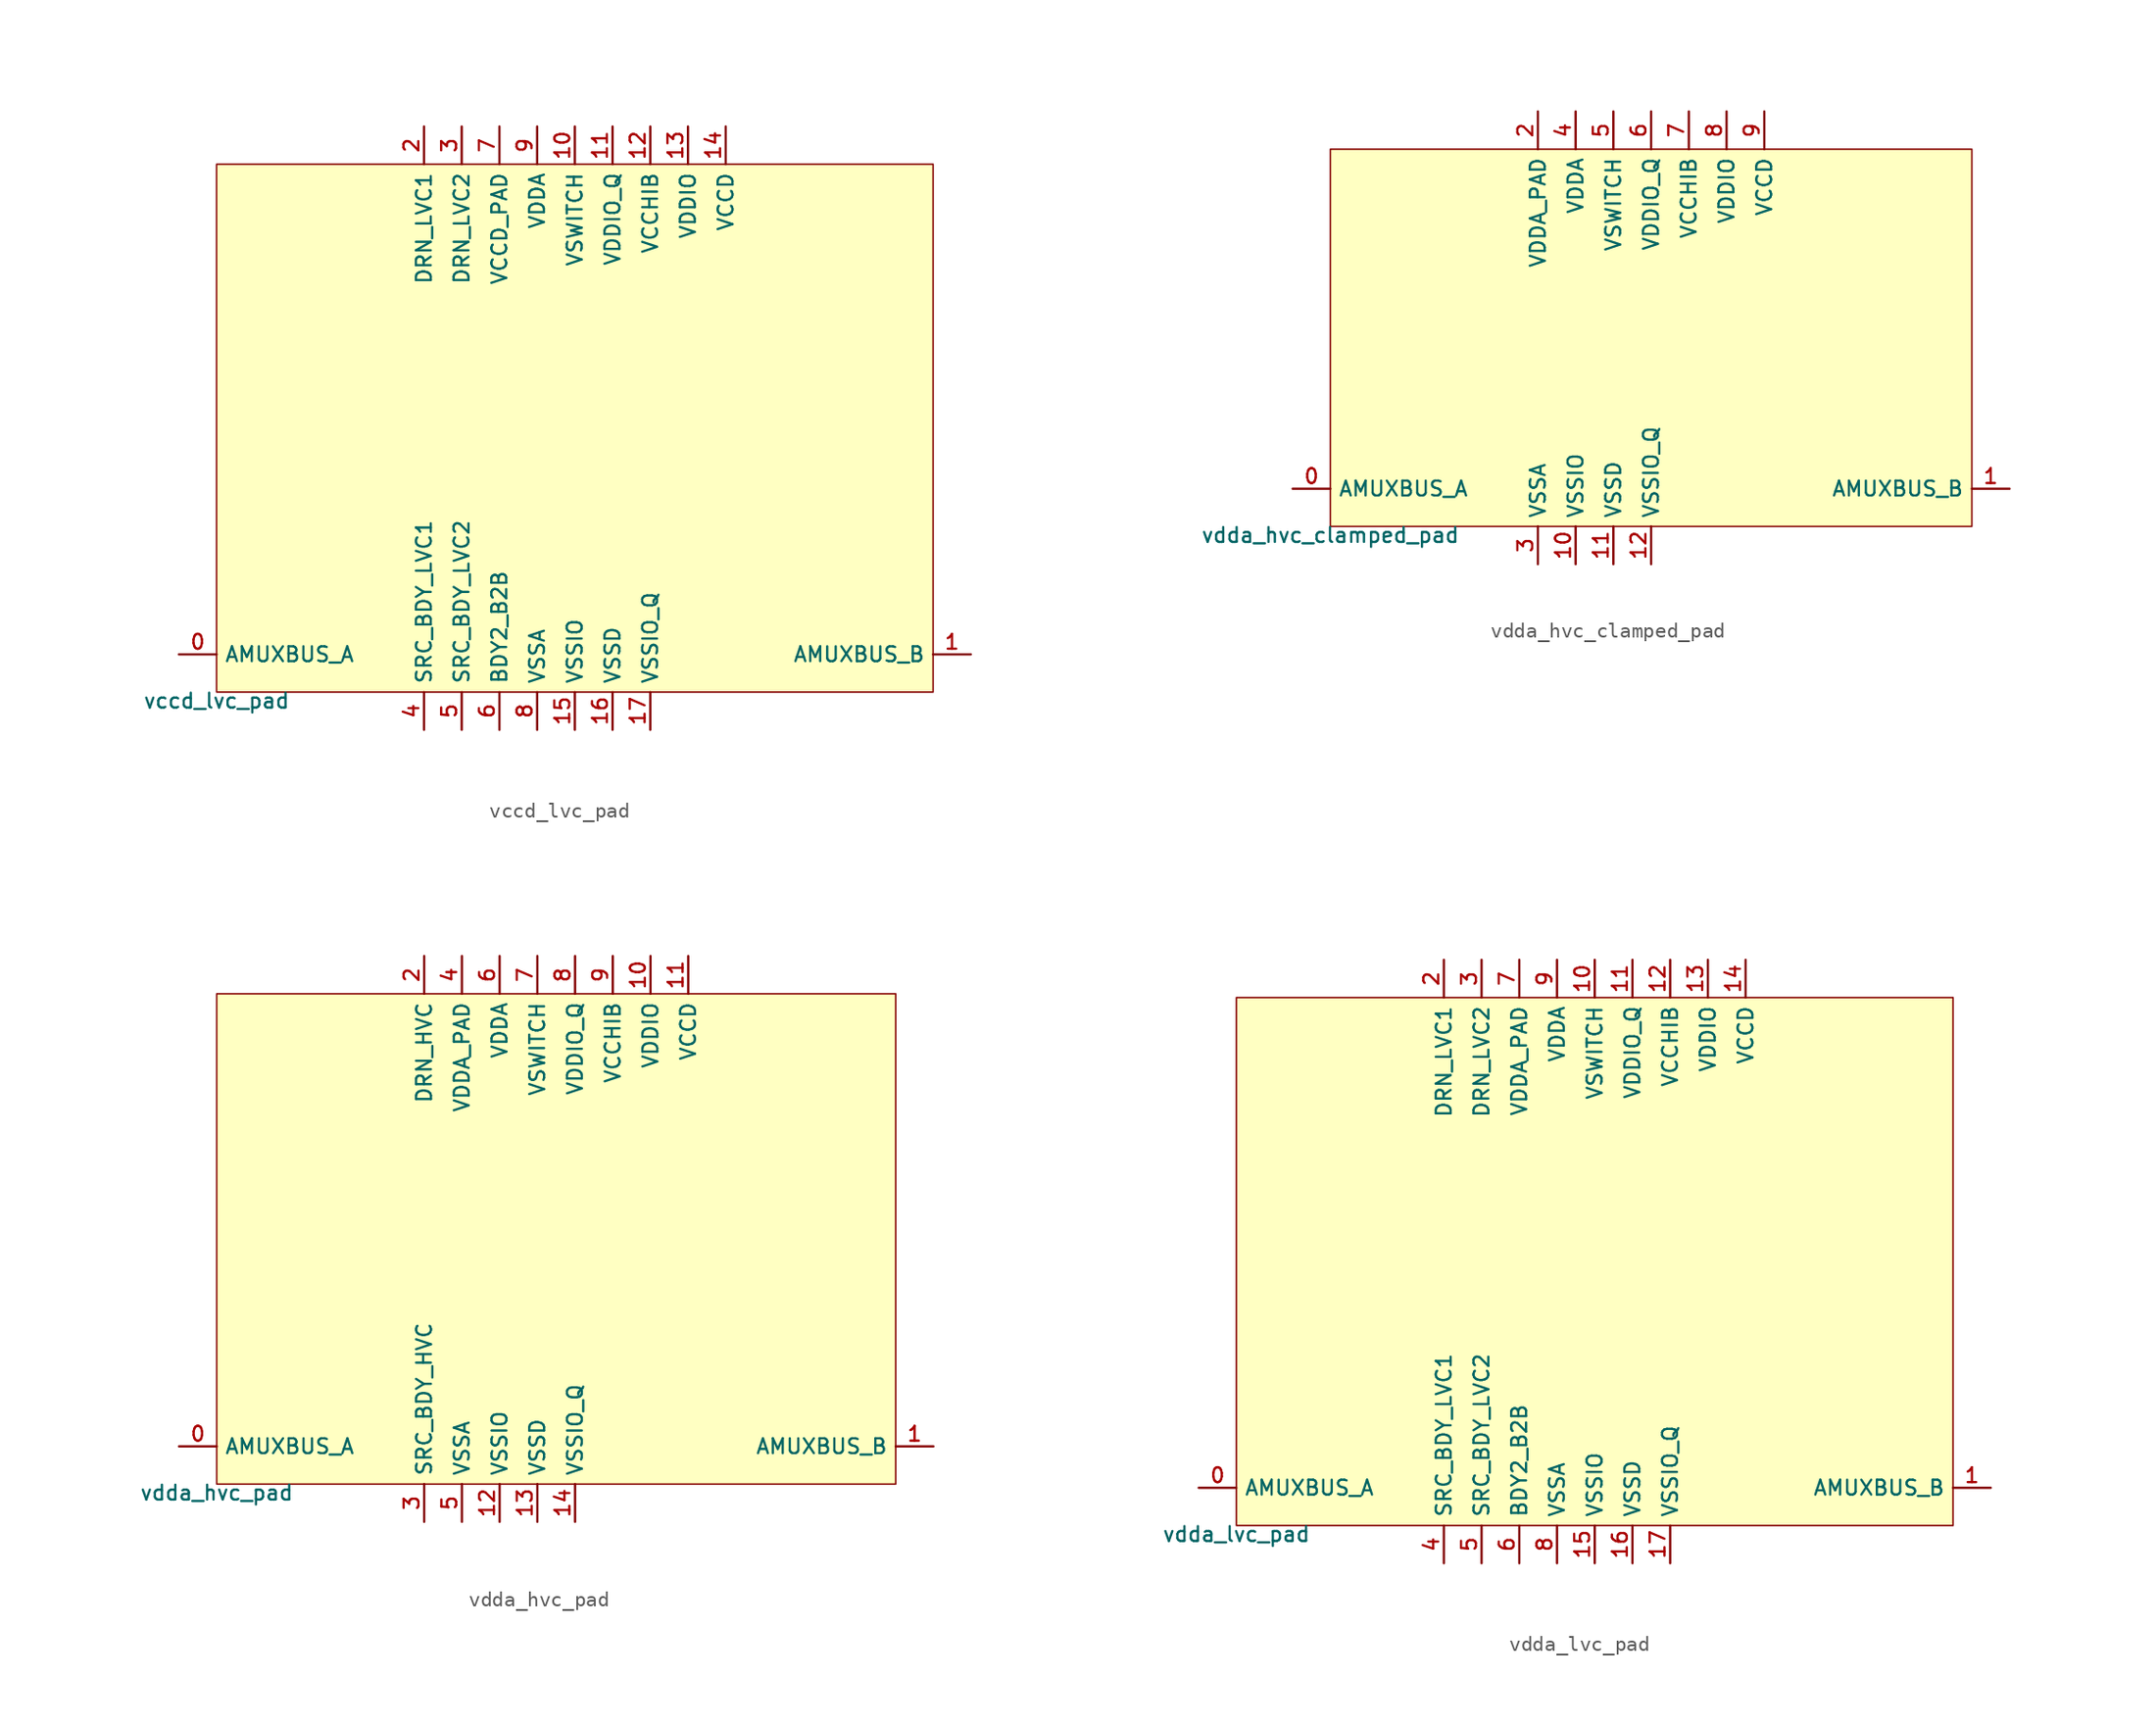
<source format=kicad_sym>
(kicad_symbol_lib
  (version 20211014)
  (generator pdk2kicad)
  (symbol "vccd_lvc_pad"
    (property "Reference" "X"
      (at 0 0 0)
      (effects (font (size 1 1)) hide))
    (property "Value" "vccd_lvc_pad"
      (at -24.13 -17.78 0)
      (effects (font (size 1 1)) (justify top)))
    (rectangle
      (start -24.13 -17.78)
      (end 24.13 17.78)
      (stroke (width 0.1) (type solid) (color 0 0 0 0))
      (fill (type background)))
    (pin bidirectional line
      (at -26.67 -15.24 0)
      (length 2.54)
      (name "AMUXBUS_A" (effects (font (size 1 1)) hide))
      (number "0" (effects (font (size 1 1)) hide)))
    (pin bidirectional line
      (at 26.67 -15.24 180)
      (length 2.54)
      (name "AMUXBUS_B" (effects (font (size 1 1)) hide))
      (number "1" (effects (font (size 1 1)) hide)))
    (pin power_in line
      (at -10.16 20.32 270)
      (length 2.54)
      (name "DRN_LVC1" (effects (font (size 1 1)) hide))
      (number "2" (effects (font (size 1 1)) hide)))
    (pin power_in line
      (at -7.62 20.32 270)
      (length 2.54)
      (name "DRN_LVC2" (effects (font (size 1 1)) hide))
      (number "3" (effects (font (size 1 1)) hide)))
    (pin power_in line
      (at -10.16 -20.32 90)
      (length 2.54)
      (name "SRC_BDY_LVC1" (effects (font (size 1 1)) hide))
      (number "4" (effects (font (size 1 1)) hide)))
    (pin power_in line
      (at -7.62 -20.32 90)
      (length 2.54)
      (name "SRC_BDY_LVC2" (effects (font (size 1 1)) hide))
      (number "5" (effects (font (size 1 1)) hide)))
    (pin power_in line
      (at -5.08 -20.32 90)
      (length 2.54)
      (name "BDY2_B2B" (effects (font (size 1 1)) hide))
      (number "6" (effects (font (size 1 1)) hide)))
    (pin power_in line
      (at -5.08 20.32 270)
      (length 2.54)
      (name "VCCD_PAD" (effects (font (size 1 1)) hide))
      (number "7" (effects (font (size 1 1)) hide)))
    (pin power_in line
      (at -2.54 -20.32 90)
      (length 2.54)
      (name "VSSA" (effects (font (size 1 1)) hide))
      (number "8" (effects (font (size 1 1)) hide)))
    (pin power_in line
      (at -2.54 20.32 270)
      (length 2.54)
      (name "VDDA" (effects (font (size 1 1)) hide))
      (number "9" (effects (font (size 1 1)) hide)))
    (pin power_in line
      (at 0.0 20.32 270)
      (length 2.54)
      (name "VSWITCH" (effects (font (size 1 1)) hide))
      (number "10" (effects (font (size 1 1)) hide)))
    (pin power_in line
      (at 2.54 20.32 270)
      (length 2.54)
      (name "VDDIO_Q" (effects (font (size 1 1)) hide))
      (number "11" (effects (font (size 1 1)) hide)))
    (pin power_in line
      (at 5.08 20.32 270)
      (length 2.54)
      (name "VCCHIB" (effects (font (size 1 1)) hide))
      (number "12" (effects (font (size 1 1)) hide)))
    (pin power_in line
      (at 7.62 20.32 270)
      (length 2.54)
      (name "VDDIO" (effects (font (size 1 1)) hide))
      (number "13" (effects (font (size 1 1)) hide)))
    (pin power_in line
      (at 10.16 20.32 270)
      (length 2.54)
      (name "VCCD" (effects (font (size 1 1)) hide))
      (number "14" (effects (font (size 1 1)) hide)))
    (pin power_in line
      (at 0.0 -20.32 90)
      (length 2.54)
      (name "VSSIO" (effects (font (size 1 1)) hide))
      (number "15" (effects (font (size 1 1)) hide)))
    (pin power_in line
      (at 2.54 -20.32 90)
      (length 2.54)
      (name "VSSD" (effects (font (size 1 1)) hide))
      (number "16" (effects (font (size 1 1)) hide)))
    (pin power_in line
      (at 5.08 -20.32 90)
      (length 2.54)
      (name "VSSIO_Q" (effects (font (size 1 1)) hide))
      (number "17" (effects (font (size 1 1)) hide))))
  (symbol "vdda_hvc_clamped_pad"
    (property "Reference" "X"
      (at 0 0 0)
      (effects (font (size 1 1)) hide))
    (property "Value" "vdda_hvc_clamped_pad"
      (at -21.59 -12.7 0)
      (effects (font (size 1 1)) (justify top)))
    (rectangle
      (start -21.59 -12.7)
      (end 21.59 12.7)
      (stroke (width 0.1) (type solid) (color 0 0 0 0))
      (fill (type background)))
    (pin bidirectional line
      (at -24.13 -10.16 0)
      (length 2.54)
      (name "AMUXBUS_A" (effects (font (size 1 1)) hide))
      (number "0" (effects (font (size 1 1)) hide)))
    (pin bidirectional line
      (at 24.13 -10.16 180)
      (length 2.54)
      (name "AMUXBUS_B" (effects (font (size 1 1)) hide))
      (number "1" (effects (font (size 1 1)) hide)))
    (pin power_in line
      (at -7.62 15.24 270)
      (length 2.54)
      (name "VDDA_PAD" (effects (font (size 1 1)) hide))
      (number "2" (effects (font (size 1 1)) hide)))
    (pin power_in line
      (at -7.62 -15.24 90)
      (length 2.54)
      (name "VSSA" (effects (font (size 1 1)) hide))
      (number "3" (effects (font (size 1 1)) hide)))
    (pin power_in line
      (at -5.08 15.24 270)
      (length 2.54)
      (name "VDDA" (effects (font (size 1 1)) hide))
      (number "4" (effects (font (size 1 1)) hide)))
    (pin power_in line
      (at -2.54 15.24 270)
      (length 2.54)
      (name "VSWITCH" (effects (font (size 1 1)) hide))
      (number "5" (effects (font (size 1 1)) hide)))
    (pin power_in line
      (at 0.0 15.24 270)
      (length 2.54)
      (name "VDDIO_Q" (effects (font (size 1 1)) hide))
      (number "6" (effects (font (size 1 1)) hide)))
    (pin power_in line
      (at 2.54 15.24 270)
      (length 2.54)
      (name "VCCHIB" (effects (font (size 1 1)) hide))
      (number "7" (effects (font (size 1 1)) hide)))
    (pin power_in line
      (at 5.08 15.24 270)
      (length 2.54)
      (name "VDDIO" (effects (font (size 1 1)) hide))
      (number "8" (effects (font (size 1 1)) hide)))
    (pin power_in line
      (at 7.62 15.24 270)
      (length 2.54)
      (name "VCCD" (effects (font (size 1 1)) hide))
      (number "9" (effects (font (size 1 1)) hide)))
    (pin power_in line
      (at -5.08 -15.24 90)
      (length 2.54)
      (name "VSSIO" (effects (font (size 1 1)) hide))
      (number "10" (effects (font (size 1 1)) hide)))
    (pin power_in line
      (at -2.54 -15.24 90)
      (length 2.54)
      (name "VSSD" (effects (font (size 1 1)) hide))
      (number "11" (effects (font (size 1 1)) hide)))
    (pin power_in line
      (at 0.0 -15.24 90)
      (length 2.54)
      (name "VSSIO_Q" (effects (font (size 1 1)) hide))
      (number "12" (effects (font (size 1 1)) hide))))
  (symbol "vdda_hvc_pad"
    (property "Reference" "X"
      (at 0 0 0)
      (effects (font (size 1 1)) hide))
    (property "Value" "vdda_hvc_pad"
      (at -22.86 -16.51 0)
      (effects (font (size 1 1)) (justify top)))
    (rectangle
      (start -22.86 -16.51)
      (end 22.86 16.51)
      (stroke (width 0.1) (type solid) (color 0 0 0 0))
      (fill (type background)))
    (pin bidirectional line
      (at -25.4 -13.97 0)
      (length 2.54)
      (name "AMUXBUS_A" (effects (font (size 1 1)) hide))
      (number "0" (effects (font (size 1 1)) hide)))
    (pin bidirectional line
      (at 25.4 -13.97 180)
      (length 2.54)
      (name "AMUXBUS_B" (effects (font (size 1 1)) hide))
      (number "1" (effects (font (size 1 1)) hide)))
    (pin power_in line
      (at -8.89 19.05 270)
      (length 2.54)
      (name "DRN_HVC" (effects (font (size 1 1)) hide))
      (number "2" (effects (font (size 1 1)) hide)))
    (pin power_in line
      (at -8.89 -19.05 90)
      (length 2.54)
      (name "SRC_BDY_HVC" (effects (font (size 1 1)) hide))
      (number "3" (effects (font (size 1 1)) hide)))
    (pin power_in line
      (at -6.35 19.05 270)
      (length 2.54)
      (name "VDDA_PAD" (effects (font (size 1 1)) hide))
      (number "4" (effects (font (size 1 1)) hide)))
    (pin power_in line
      (at -6.35 -19.05 90)
      (length 2.54)
      (name "VSSA" (effects (font (size 1 1)) hide))
      (number "5" (effects (font (size 1 1)) hide)))
    (pin power_in line
      (at -3.81 19.05 270)
      (length 2.54)
      (name "VDDA" (effects (font (size 1 1)) hide))
      (number "6" (effects (font (size 1 1)) hide)))
    (pin power_in line
      (at -1.27 19.05 270)
      (length 2.54)
      (name "VSWITCH" (effects (font (size 1 1)) hide))
      (number "7" (effects (font (size 1 1)) hide)))
    (pin power_in line
      (at 1.27 19.05 270)
      (length 2.54)
      (name "VDDIO_Q" (effects (font (size 1 1)) hide))
      (number "8" (effects (font (size 1 1)) hide)))
    (pin power_in line
      (at 3.81 19.05 270)
      (length 2.54)
      (name "VCCHIB" (effects (font (size 1 1)) hide))
      (number "9" (effects (font (size 1 1)) hide)))
    (pin power_in line
      (at 6.35 19.05 270)
      (length 2.54)
      (name "VDDIO" (effects (font (size 1 1)) hide))
      (number "10" (effects (font (size 1 1)) hide)))
    (pin power_in line
      (at 8.89 19.05 270)
      (length 2.54)
      (name "VCCD" (effects (font (size 1 1)) hide))
      (number "11" (effects (font (size 1 1)) hide)))
    (pin power_in line
      (at -3.81 -19.05 90)
      (length 2.54)
      (name "VSSIO" (effects (font (size 1 1)) hide))
      (number "12" (effects (font (size 1 1)) hide)))
    (pin power_in line
      (at -1.27 -19.05 90)
      (length 2.54)
      (name "VSSD" (effects (font (size 1 1)) hide))
      (number "13" (effects (font (size 1 1)) hide)))
    (pin power_in line
      (at 1.27 -19.05 90)
      (length 2.54)
      (name "VSSIO_Q" (effects (font (size 1 1)) hide))
      (number "14" (effects (font (size 1 1)) hide))))
  (symbol "vdda_lvc_pad"
    (property "Reference" "X"
      (at 0 0 0)
      (effects (font (size 1 1)) hide))
    (property "Value" "vdda_lvc_pad"
      (at -24.13 -17.78 0)
      (effects (font (size 1 1)) (justify top)))
    (rectangle
      (start -24.13 -17.78)
      (end 24.13 17.78)
      (stroke (width 0.1) (type solid) (color 0 0 0 0))
      (fill (type background)))
    (pin bidirectional line
      (at -26.67 -15.24 0)
      (length 2.54)
      (name "AMUXBUS_A" (effects (font (size 1 1)) hide))
      (number "0" (effects (font (size 1 1)) hide)))
    (pin bidirectional line
      (at 26.67 -15.24 180)
      (length 2.54)
      (name "AMUXBUS_B" (effects (font (size 1 1)) hide))
      (number "1" (effects (font (size 1 1)) hide)))
    (pin power_in line
      (at -10.16 20.32 270)
      (length 2.54)
      (name "DRN_LVC1" (effects (font (size 1 1)) hide))
      (number "2" (effects (font (size 1 1)) hide)))
    (pin power_in line
      (at -7.62 20.32 270)
      (length 2.54)
      (name "DRN_LVC2" (effects (font (size 1 1)) hide))
      (number "3" (effects (font (size 1 1)) hide)))
    (pin power_in line
      (at -10.16 -20.32 90)
      (length 2.54)
      (name "SRC_BDY_LVC1" (effects (font (size 1 1)) hide))
      (number "4" (effects (font (size 1 1)) hide)))
    (pin power_in line
      (at -7.62 -20.32 90)
      (length 2.54)
      (name "SRC_BDY_LVC2" (effects (font (size 1 1)) hide))
      (number "5" (effects (font (size 1 1)) hide)))
    (pin power_in line
      (at -5.08 -20.32 90)
      (length 2.54)
      (name "BDY2_B2B" (effects (font (size 1 1)) hide))
      (number "6" (effects (font (size 1 1)) hide)))
    (pin power_in line
      (at -5.08 20.32 270)
      (length 2.54)
      (name "VDDA_PAD" (effects (font (size 1 1)) hide))
      (number "7" (effects (font (size 1 1)) hide)))
    (pin power_in line
      (at -2.54 -20.32 90)
      (length 2.54)
      (name "VSSA" (effects (font (size 1 1)) hide))
      (number "8" (effects (font (size 1 1)) hide)))
    (pin power_in line
      (at -2.54 20.32 270)
      (length 2.54)
      (name "VDDA" (effects (font (size 1 1)) hide))
      (number "9" (effects (font (size 1 1)) hide)))
    (pin power_in line
      (at 0.0 20.32 270)
      (length 2.54)
      (name "VSWITCH" (effects (font (size 1 1)) hide))
      (number "10" (effects (font (size 1 1)) hide)))
    (pin power_in line
      (at 2.54 20.32 270)
      (length 2.54)
      (name "VDDIO_Q" (effects (font (size 1 1)) hide))
      (number "11" (effects (font (size 1 1)) hide)))
    (pin power_in line
      (at 5.08 20.32 270)
      (length 2.54)
      (name "VCCHIB" (effects (font (size 1 1)) hide))
      (number "12" (effects (font (size 1 1)) hide)))
    (pin power_in line
      (at 7.62 20.32 270)
      (length 2.54)
      (name "VDDIO" (effects (font (size 1 1)) hide))
      (number "13" (effects (font (size 1 1)) hide)))
    (pin power_in line
      (at 10.16 20.32 270)
      (length 2.54)
      (name "VCCD" (effects (font (size 1 1)) hide))
      (number "14" (effects (font (size 1 1)) hide)))
    (pin power_in line
      (at 0.0 -20.32 90)
      (length 2.54)
      (name "VSSIO" (effects (font (size 1 1)) hide))
      (number "15" (effects (font (size 1 1)) hide)))
    (pin power_in line
      (at 2.54 -20.32 90)
      (length 2.54)
      (name "VSSD" (effects (font (size 1 1)) hide))
      (number "16" (effects (font (size 1 1)) hide)))
    (pin power_in line
      (at 5.08 -20.32 90)
      (length 2.54)
      (name "VSSIO_Q" (effects (font (size 1 1)) hide))
      (number "17" (effects (font (size 1 1)) hide)))))
</source>
